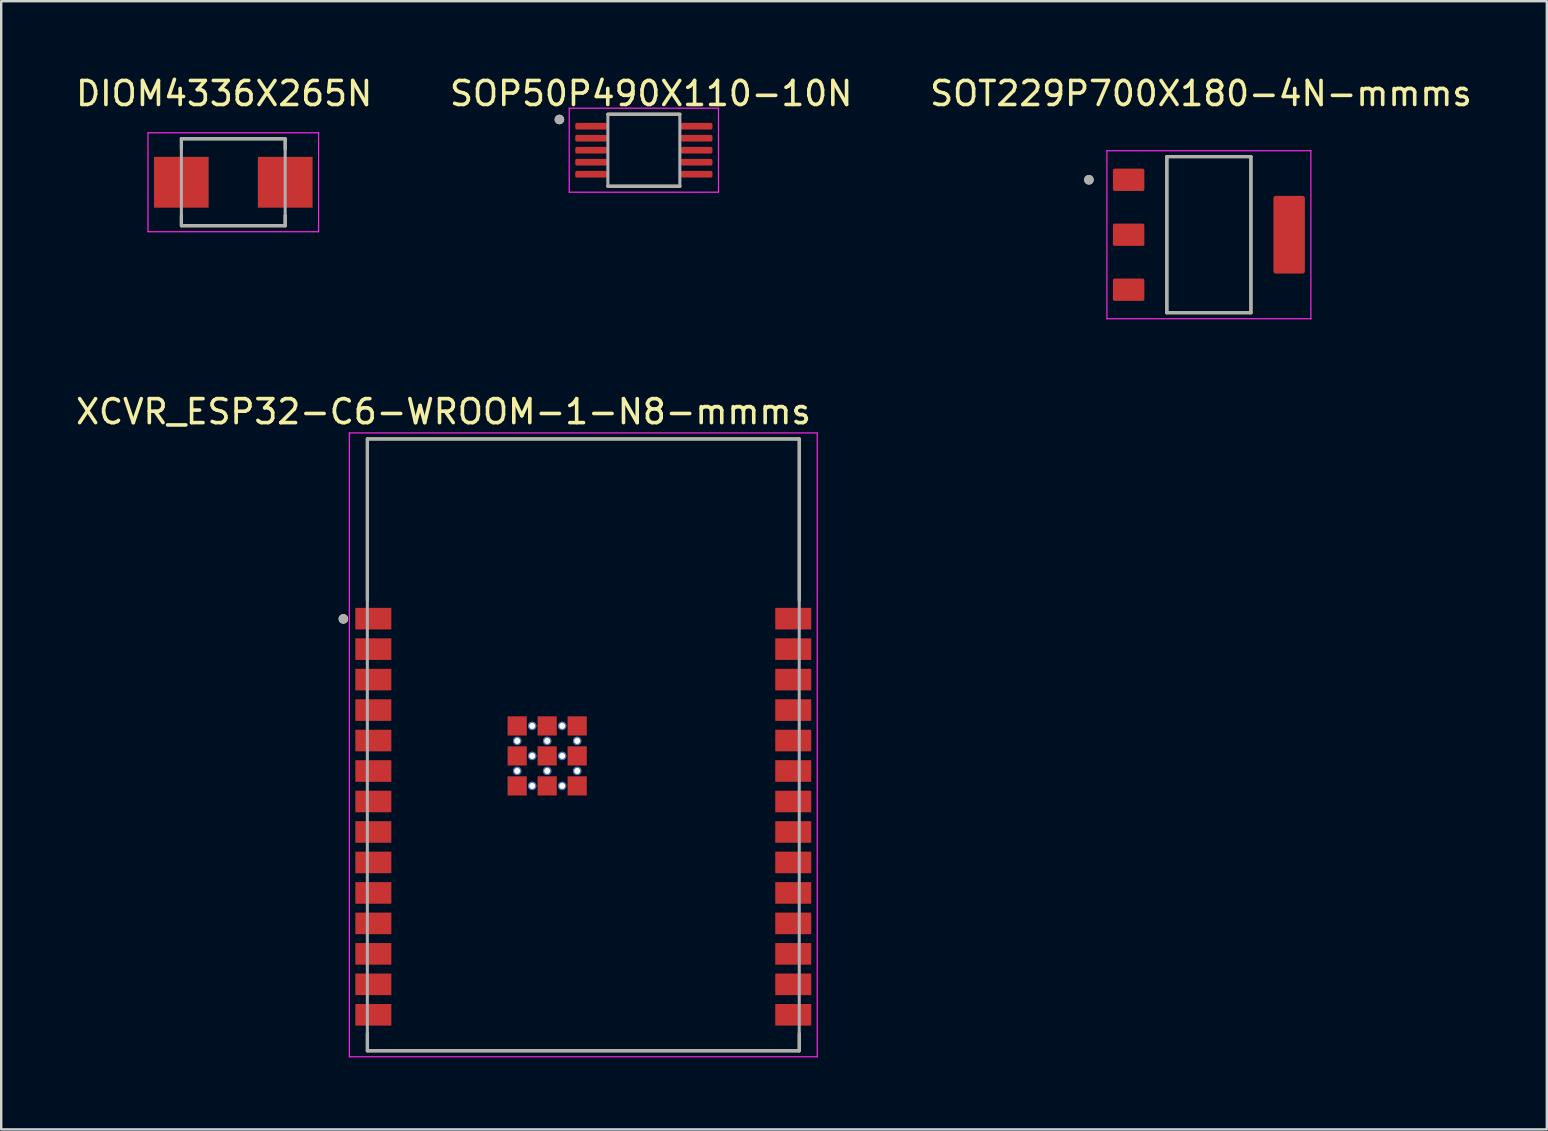
<source format=kicad_pcb>
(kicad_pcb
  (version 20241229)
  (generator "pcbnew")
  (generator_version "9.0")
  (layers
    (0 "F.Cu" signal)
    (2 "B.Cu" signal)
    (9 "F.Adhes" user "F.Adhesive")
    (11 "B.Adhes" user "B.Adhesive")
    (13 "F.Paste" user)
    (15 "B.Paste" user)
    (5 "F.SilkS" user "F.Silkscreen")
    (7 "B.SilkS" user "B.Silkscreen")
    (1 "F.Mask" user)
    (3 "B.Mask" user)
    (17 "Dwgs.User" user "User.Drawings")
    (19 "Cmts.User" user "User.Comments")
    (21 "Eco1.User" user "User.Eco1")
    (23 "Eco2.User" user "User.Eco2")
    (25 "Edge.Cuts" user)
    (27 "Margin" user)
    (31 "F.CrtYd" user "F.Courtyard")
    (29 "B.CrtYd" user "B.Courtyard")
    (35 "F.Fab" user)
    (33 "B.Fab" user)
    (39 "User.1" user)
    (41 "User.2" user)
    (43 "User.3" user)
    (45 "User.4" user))
  (footprint "DIOM4336X265N"
    (layer "F.Cu")
    (at 6.672 4.546)
    (property "Reference" "DIOM4336X265N" (at -0.38 -3.697 0) (layer "F.SilkS") (effects (font (size 1 1) (thickness 0.15))))
    (attr smd)
    (fp_line (start -2.163 -1.812) (end -2.163 -1.38) (stroke (width 0.127) (type solid)) (layer "F.SilkS"))
    (fp_line (start -2.163 1.812) (end -2.163 1.38) (stroke (width 0.127) (type solid)) (layer "F.SilkS"))
    (fp_line (start -2.163 1.812) (end 2.163 1.812) (stroke (width 0.127) (type solid)) (layer "F.SilkS"))
    (fp_line (start 2.163 -1.812) (end -2.163 -1.812) (stroke (width 0.127) (type solid)) (layer "F.SilkS"))
    (fp_line (start 2.163 -1.38) (end 2.163 -1.812) (stroke (width 0.127) (type solid)) (layer "F.SilkS"))
    (fp_line (start 2.163 1.812) (end 2.163 1.38) (stroke (width 0.127) (type solid)) (layer "F.SilkS"))
    (fp_line (start -3.555 -2.062) (end -3.555 2.062) (stroke (width 0.05) (type solid)) (layer "F.CrtYd"))
    (fp_line (start -3.555 2.062) (end 3.555 2.062) (stroke (width 0.05) (type solid)) (layer "F.CrtYd"))
    (fp_line (start 3.555 -2.062) (end -3.555 -2.062) (stroke (width 0.05) (type solid)) (layer "F.CrtYd"))
    (fp_line (start 3.555 2.062) (end 3.555 -2.062) (stroke (width 0.05) (type solid)) (layer "F.CrtYd"))
    (fp_line (start -2.163 -1.812) (end -2.163 1.812) (stroke (width 0.127) (type solid)) (layer "F.Fab"))
    (fp_line (start -2.163 1.812) (end 2.163 1.812) (stroke (width 0.127) (type solid)) (layer "F.Fab"))
    (fp_line (start 2.163 -1.812) (end -2.163 -1.812) (stroke (width 0.127) (type solid)) (layer "F.Fab"))
    (fp_line (start 2.163 1.812) (end 2.163 -1.812) (stroke (width 0.127) (type solid)) (layer "F.Fab"))
    (pad "1" smd rect (at -2.165 0) (size 2.28 2.12) (layers "F.Cu" "F.Mask" "F.Paste"))
    (pad "2" smd rect (at 2.165 0) (size 2.28 2.12) (layers "F.Cu" "F.Mask" "F.Paste")))
  (footprint "SOT229P700X180-4N-mmms"
    (layer "F.Cu")
    (at 47.333 6.733)
    (property "Reference" "SOT229P700X180-4N-mmms" (at -0.328 -5.885 0) (layer "F.SilkS") (effects (font (size 1 1) (thickness 0.15))))
    (attr smd)
    (fp_line (start -1.752 -3.252) (end 1.752 -3.252) (stroke (width 0.127) (type solid)) (layer "F.SilkS"))
    (fp_line (start -1.752 3.252) (end -1.752 -3.252) (stroke (width 0.127) (type solid)) (layer "F.SilkS"))
    (fp_line (start 1.752 -3.252) (end 1.752 3.252) (stroke (width 0.127) (type solid)) (layer "F.SilkS"))
    (fp_line (start 1.752 3.252) (end -1.752 3.252) (stroke (width 0.127) (type solid)) (layer "F.SilkS"))
    (fp_circle (center -5 -2.29) (end -4.9 -2.29) (stroke (width 0.2) (type solid)) (fill no) (layer "F.SilkS"))
    (fp_line (start -4.25 -3.502) (end -4.25 3.502) (stroke (width 0.05) (type solid)) (layer "F.CrtYd"))
    (fp_line (start -4.25 3.502) (end 4.25 3.502) (stroke (width 0.05) (type solid)) (layer "F.CrtYd"))
    (fp_line (start 4.25 -3.502) (end -4.25 -3.502) (stroke (width 0.05) (type solid)) (layer "F.CrtYd"))
    (fp_line (start 4.25 3.502) (end 4.25 -3.502) (stroke (width 0.05) (type solid)) (layer "F.CrtYd"))
    (fp_line (start -1.752 -3.252) (end 1.752 -3.252) (stroke (width 0.127) (type solid)) (layer "F.Fab"))
    (fp_line (start -1.752 3.252) (end -1.752 -3.252) (stroke (width 0.127) (type solid)) (layer "F.Fab"))
    (fp_line (start 1.752 -3.252) (end 1.752 3.252) (stroke (width 0.127) (type solid)) (layer "F.Fab"))
    (fp_line (start 1.752 3.252) (end -1.752 3.252) (stroke (width 0.127) (type solid)) (layer "F.Fab"))
    (fp_circle (center -5 -2.29) (end -4.9 -2.29) (stroke (width 0.2) (type solid)) (fill no) (layer "F.Fab"))
    (pad "1" smd roundrect (at -3.345 -2.29) (size 1.31 0.93) (layers "F.Cu" "F.Mask" "F.Paste") (roundrect_rratio 0.075))
    (pad "2" smd roundrect (at -3.345 0) (size 1.31 0.93) (layers "F.Cu" "F.Mask" "F.Paste") (roundrect_rratio 0.075))
    (pad "3" smd roundrect (at -3.345 2.29) (size 1.31 0.93) (layers "F.Cu" "F.Mask" "F.Paste") (roundrect_rratio 0.075))
    (pad "4" smd roundrect (at 3.345 0) (size 1.31 3.24) (layers "F.Cu" "F.Mask" "F.Paste") (roundrect_rratio 0.075)))
  (footprint "SOP50P490X110-10N"
    (layer "F.Cu")
    (at 23.784 3.21)
    (property "Reference" "SOP50P490X110-10N" (at 0.305 -2.362 0) (layer "F.SilkS") (effects (font (size 1 1) (thickness 0.15))))
    (attr smd)
    (fp_line (start -1.5 -1.5) (end 1.5 -1.5) (stroke (width 0.127) (type solid)) (layer "F.SilkS"))
    (fp_line (start -1.5 1.5) (end 1.5 1.5) (stroke (width 0.127) (type solid)) (layer "F.SilkS"))
    (fp_circle (center -3.52 -1.28) (end -3.42 -1.28) (stroke (width 0.2) (type solid)) (fill no) (layer "F.SilkS"))
    (fp_line (start -3.11 -1.75) (end -3.11 1.75) (stroke (width 0.05) (type solid)) (layer "F.CrtYd"))
    (fp_line (start -3.11 -1.75) (end 3.11 -1.75) (stroke (width 0.05) (type solid)) (layer "F.CrtYd"))
    (fp_line (start -3.11 1.75) (end 3.11 1.75) (stroke (width 0.05) (type solid)) (layer "F.CrtYd"))
    (fp_line (start 3.11 -1.75) (end 3.11 1.75) (stroke (width 0.05) (type solid)) (layer "F.CrtYd"))
    (fp_line (start -1.5 -1.5) (end -1.5 1.5) (stroke (width 0.127) (type solid)) (layer "F.Fab"))
    (fp_line (start -1.5 -1.5) (end 1.5 -1.5) (stroke (width 0.127) (type solid)) (layer "F.Fab"))
    (fp_line (start -1.5 1.5) (end 1.5 1.5) (stroke (width 0.127) (type solid)) (layer "F.Fab"))
    (fp_line (start 1.5 -1.5) (end 1.5 1.5) (stroke (width 0.127) (type solid)) (layer "F.Fab"))
    (fp_circle (center -3.52 -1.28) (end -3.42 -1.28) (stroke (width 0.2) (type solid)) (fill no) (layer "F.Fab"))
    (pad "1" smd roundrect (at -2.2 -1) (size 1.32 0.28) (layers "F.Cu" "F.Mask" "F.Paste") (roundrect_rratio 0.25))
    (pad "2" smd roundrect (at -2.2 -0.5) (size 1.32 0.28) (layers "F.Cu" "F.Mask" "F.Paste") (roundrect_rratio 0.25))
    (pad "3" smd roundrect (at -2.2 0) (size 1.32 0.28) (layers "F.Cu" "F.Mask" "F.Paste") (roundrect_rratio 0.25))
    (pad "4" smd roundrect (at -2.2 0.5) (size 1.32 0.28) (layers "F.Cu" "F.Mask" "F.Paste") (roundrect_rratio 0.25))
    (pad "5" smd roundrect (at -2.2 1) (size 1.32 0.28) (layers "F.Cu" "F.Mask" "F.Paste") (roundrect_rratio 0.25))
    (pad "6" smd roundrect (at 2.2 1) (size 1.32 0.28) (layers "F.Cu" "F.Mask" "F.Paste") (roundrect_rratio 0.25))
    (pad "7" smd roundrect (at 2.2 0.5) (size 1.32 0.28) (layers "F.Cu" "F.Mask" "F.Paste") (roundrect_rratio 0.25))
    (pad "8" smd roundrect (at 2.2 0) (size 1.32 0.28) (layers "F.Cu" "F.Mask" "F.Paste") (roundrect_rratio 0.25))
    (pad "9" smd roundrect (at 2.2 -0.5) (size 1.32 0.28) (layers "F.Cu" "F.Mask" "F.Paste") (roundrect_rratio 0.25))
    (pad "10" smd roundrect (at 2.2 -1) (size 1.32 0.28) (layers "F.Cu" "F.Mask" "F.Paste") (roundrect_rratio 0.25)))
  (footprint "XCVR_ESP32-C6-WROOM-1-N8-mmms"
    (layer "F.Cu")
    (at 21.26 27.994)
    (property "Reference" "XCVR_ESP32-C6-WROOM-1-N8-mmms" (at -5.825 -13.885 0) (layer "F.SilkS") (effects (font (size 1 1) (thickness 0.15))))
    (attr smd)
    (fp_line (start -9 -12.75) (end 9 -12.75) (stroke (width 0.127) (type solid)) (layer "F.SilkS"))
    (fp_line (start -9 -6.03) (end -9 -12.75) (stroke (width 0.127) (type solid)) (layer "F.SilkS"))
    (fp_line (start -9 12.75) (end -9 12.02) (stroke (width 0.127) (type solid)) (layer "F.SilkS"))
    (fp_line (start -9 12.75) (end 9 12.75) (stroke (width 0.127) (type solid)) (layer "F.SilkS"))
    (fp_line (start 9 -12.75) (end 9 -6.03) (stroke (width 0.127) (type solid)) (layer "F.SilkS"))
    (fp_line (start 9 12.02) (end 9 12.75) (stroke (width 0.127) (type solid)) (layer "F.SilkS"))
    (fp_circle (center -10 -5.25) (end -9.9 -5.25) (stroke (width 0.2) (type solid)) (fill no) (layer "F.SilkS"))
    (fp_line (start -9.75 -13) (end -9.75 13) (stroke (width 0.05) (type solid)) (layer "F.CrtYd"))
    (fp_line (start -9.75 13) (end 9.75 13) (stroke (width 0.05) (type solid)) (layer "F.CrtYd"))
    (fp_line (start 9.75 -13) (end -9.75 -13) (stroke (width 0.05) (type solid)) (layer "F.CrtYd"))
    (fp_line (start 9.75 13) (end 9.75 -13) (stroke (width 0.05) (type solid)) (layer "F.CrtYd"))
    (fp_line (start -9 -12.75) (end 9 -12.75) (stroke (width 0.127) (type solid)) (layer "F.Fab"))
    (fp_line (start -9 12.75) (end -9 -12.75) (stroke (width 0.127) (type solid)) (layer "F.Fab"))
    (fp_line (start -9 12.75) (end 9 12.75) (stroke (width 0.127) (type solid)) (layer "F.Fab"))
    (fp_line (start 9 -12.75) (end 9 12.75) (stroke (width 0.127) (type solid)) (layer "F.Fab"))
    (fp_circle (center -10 -5.25) (end -9.9 -5.25) (stroke (width 0.2) (type solid)) (fill no) (layer "F.Fab"))
    (pad "1" smd rect (at -8.75 -5.26) (size 1.5 0.9) (layers "F.Cu" "F.Mask" "F.Paste"))
    (pad "2" smd rect (at -8.75 -3.99) (size 1.5 0.9) (layers "F.Cu" "F.Mask" "F.Paste"))
    (pad "3" smd rect (at -8.75 -2.72) (size 1.5 0.9) (layers "F.Cu" "F.Mask" "F.Paste"))
    (pad "4" smd rect (at -8.75 -1.45) (size 1.5 0.9) (layers "F.Cu" "F.Mask" "F.Paste"))
    (pad "5" smd rect (at -8.75 -0.18) (size 1.5 0.9) (layers "F.Cu" "F.Mask" "F.Paste"))
    (pad "6" smd rect (at -8.75 1.09) (size 1.5 0.9) (layers "F.Cu" "F.Mask" "F.Paste"))
    (pad "7" smd rect (at -8.75 2.36) (size 1.5 0.9) (layers "F.Cu" "F.Mask" "F.Paste"))
    (pad "8" smd rect (at -8.75 3.63) (size 1.5 0.9) (layers "F.Cu" "F.Mask" "F.Paste"))
    (pad "9" smd rect (at -8.75 4.9) (size 1.5 0.9) (layers "F.Cu" "F.Mask" "F.Paste"))
    (pad "10" smd rect (at -8.75 6.17) (size 1.5 0.9) (layers "F.Cu" "F.Mask" "F.Paste"))
    (pad "11" smd rect (at -8.75 7.44) (size 1.5 0.9) (layers "F.Cu" "F.Mask" "F.Paste"))
    (pad "12" smd rect (at -8.75 8.71) (size 1.5 0.9) (layers "F.Cu" "F.Mask" "F.Paste"))
    (pad "13" smd rect (at -8.75 9.98) (size 1.5 0.9) (layers "F.Cu" "F.Mask" "F.Paste"))
    (pad "14" smd rect (at -8.75 11.25) (size 1.5 0.9) (layers "F.Cu" "F.Mask" "F.Paste"))
    (pad "15" smd rect (at 8.75 11.25) (size 1.5 0.9) (layers "F.Cu" "F.Mask" "F.Paste"))
    (pad "16" smd rect (at 8.75 9.98) (size 1.5 0.9) (layers "F.Cu" "F.Mask" "F.Paste"))
    (pad "17" smd rect (at 8.75 8.71) (size 1.5 0.9) (layers "F.Cu" "F.Mask" "F.Paste"))
    (pad "18" smd rect (at 8.75 7.44) (size 1.5 0.9) (layers "F.Cu" "F.Mask" "F.Paste"))
    (pad "19" smd rect (at 8.75 6.17) (size 1.5 0.9) (layers "F.Cu" "F.Mask" "F.Paste"))
    (pad "20" smd rect (at 8.75 4.9) (size 1.5 0.9) (layers "F.Cu" "F.Mask" "F.Paste"))
    (pad "21" smd rect (at 8.75 3.63) (size 1.5 0.9) (layers "F.Cu" "F.Mask" "F.Paste"))
    (pad "22" smd rect (at 8.75 2.36) (size 1.5 0.9) (layers "F.Cu" "F.Mask" "F.Paste"))
    (pad "23" smd rect (at 8.75 1.09) (size 1.5 0.9) (layers "F.Cu" "F.Mask" "F.Paste"))
    (pad "24" smd rect (at 8.75 -0.18) (size 1.5 0.9) (layers "F.Cu" "F.Mask" "F.Paste"))
    (pad "25" smd rect (at 8.75 -1.45) (size 1.5 0.9) (layers "F.Cu" "F.Mask" "F.Paste"))
    (pad "26" smd rect (at 8.75 -2.72) (size 1.5 0.9) (layers "F.Cu" "F.Mask" "F.Paste"))
    (pad "27" smd rect (at 8.75 -3.99) (size 1.5 0.9) (layers "F.Cu" "F.Mask" "F.Paste"))
    (pad "28" smd rect (at 8.75 -5.26) (size 1.5 0.9) (layers "F.Cu" "F.Mask" "F.Paste"))
    (pad "29_1" smd rect (at -2.755 -0.79) (size 0.8 0.8) (layers "F.Cu" "F.Mask" "F.Paste"))
    (pad "29_2" smd rect (at -1.505 -0.79) (size 0.8 0.8) (layers "F.Cu" "F.Mask" "F.Paste"))
    (pad "29_3" smd rect (at -0.255 -0.79) (size 0.8 0.8) (layers "F.Cu" "F.Mask" "F.Paste"))
    (pad "29_4" smd rect (at -2.755 0.46) (size 0.8 0.8) (layers "F.Cu" "F.Mask" "F.Paste"))
    (pad "29_5" smd rect (at -1.505 0.46) (size 0.8 0.8) (layers "F.Cu" "F.Mask" "F.Paste"))
    (pad "29_6" smd rect (at -0.255 0.46) (size 0.8 0.8) (layers "F.Cu" "F.Mask" "F.Paste"))
    (pad "29_7" smd rect (at -2.755 1.71) (size 0.8 0.8) (layers "F.Cu" "F.Mask" "F.Paste"))
    (pad "29_8" smd rect (at -1.505 1.71) (size 0.8 0.8) (layers "F.Cu" "F.Mask" "F.Paste"))
    (pad "29_9" smd rect (at -0.255 1.71) (size 0.8 0.8) (layers "F.Cu" "F.Mask" "F.Paste"))
    (pad "30_1" thru_hole circle (at -2.13 -0.79) (size 0.35 0.35) (drill 0.25) (layers "*.Cu"))
    (pad "30_2" thru_hole circle (at -0.88 -0.79) (size 0.35 0.35) (drill 0.25) (layers "*.Cu"))
    (pad "30_3" thru_hole circle (at -2.755 -0.165) (size 0.35 0.35) (drill 0.25) (layers "*.Cu"))
    (pad "30_4" thru_hole circle (at -1.505 -0.165) (size 0.35 0.35) (drill 0.25) (layers "*.Cu"))
    (pad "30_5" thru_hole circle (at -0.255 -0.165) (size 0.35 0.35) (drill 0.25) (layers "*.Cu"))
    (pad "30_6" thru_hole circle (at -2.13 0.46) (size 0.35 0.35) (drill 0.25) (layers "*.Cu"))
    (pad "30_7" thru_hole circle (at -0.88 0.46) (size 0.35 0.35) (drill 0.25) (layers "*.Cu"))
    (pad "30_8" thru_hole circle (at -2.755 1.085) (size 0.35 0.35) (drill 0.25) (layers "*.Cu"))
    (pad "30_9" thru_hole circle (at -1.505 1.085) (size 0.35 0.35) (drill 0.25) (layers "*.Cu"))
    (pad "30_10" thru_hole circle (at -0.255 1.085) (size 0.35 0.35) (drill 0.25) (layers "*.Cu"))
    (pad "30_11" thru_hole circle (at -2.13 1.71) (size 0.35 0.35) (drill 0.25) (layers "*.Cu"))
    (pad "30_12" thru_hole circle (at -0.88 1.71) (size 0.35 0.35) (drill 0.25) (layers "*.Cu"))
    (zone (net_name "") (layer "F.Cu") (hatch full 0.508) (connect_pads) (min_thickness 0.01) (filled_areas_thickness no) (keepout (tracks not_allowed) (vias not_allowed) (pads not_allowed) (copperpour not_allowed) (footprints allowed)) (placement (enabled no)) (fill) (polygon (pts (xy 12.26 15.244) (xy 30.26 15.244) (xy 30.26 21.244) (xy 12.26 21.244))))
    (zone (net_name "") (layers "F.Cu" "B.Cu") (hatch full 0.508) (connect_pads) (min_thickness 0.01) (filled_areas_thickness no) (keepout (tracks allowed) (vias not_allowed) (pads allowed) (copperpour allowed) (footprints allowed)) (placement (enabled no)) (fill) (polygon (pts (xy 12.26 15.244) (xy 30.26 15.244) (xy 30.26 21.244) (xy 12.26 21.244)))))
  (gr_rect
    (start -3 -3)
    (end 61.417 44.019)
    (stroke (width 0.1) (type default))
    (fill no)
    (layer "Edge.Cuts")))
</source>
